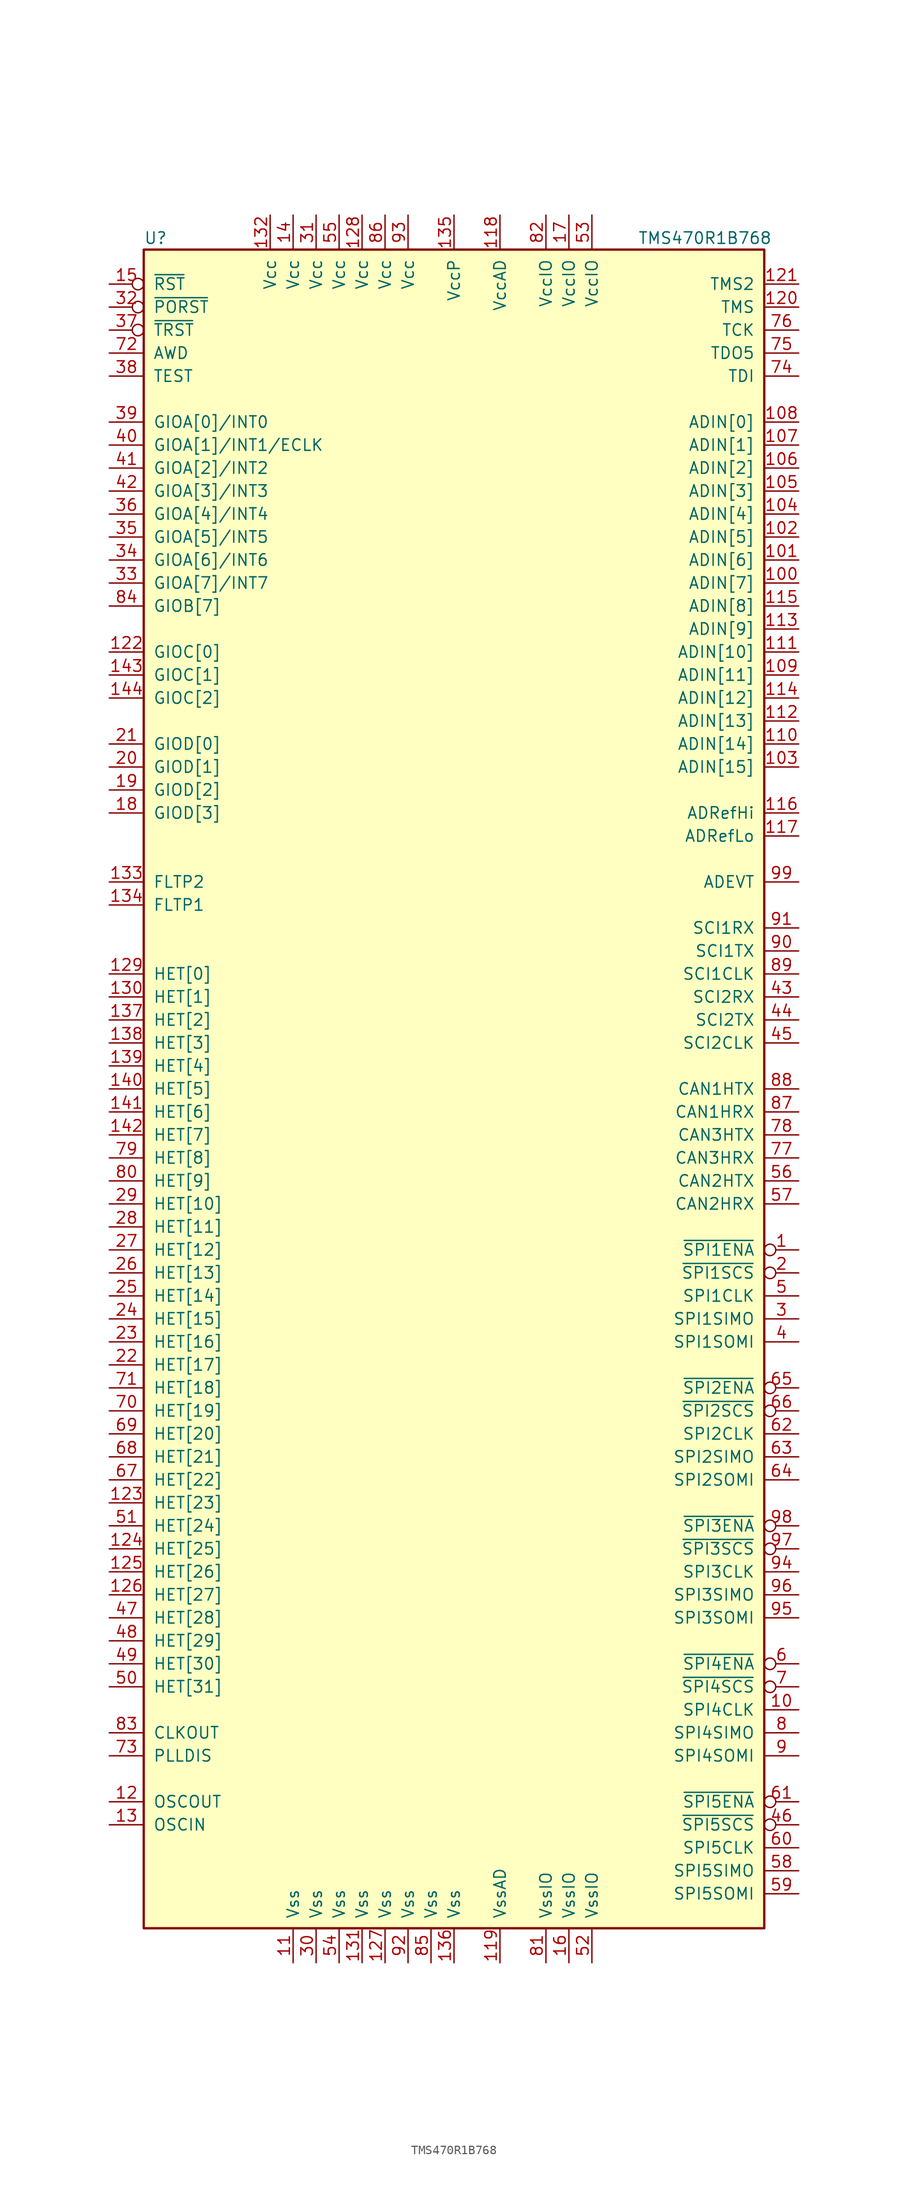
<source format=kicad_sym>
(kicad_symbol_lib
  (version 20201005)
  (generator kicad_symbol_editor)
  (symbol "TMS470R1B768"
    (pin_names
      (offset 1.016))
    (property "Reference" "U"
      (at -34.29 93.98 0)
      (effects (font (size 1.27 1.27)) (justify left)))
    (property "Value" "TMS470R1B768"
      (at 20.32 93.98 0)
      (effects (font (size 1.27 1.27)) (justify left)))
    (symbol "TMS470R1B768_0_1"
      (rectangle (start -34.29 92.71) (end 34.29 -92.71) (stroke (width 0.254)) (fill (type background))))
    (symbol "TMS470R1B768_1_1"
      (pin passive inverted (at 38.1 -17.78 180) (length 3.81) (name "~SPI1ENA~" (effects (font (size 1.27 1.27)))) (number "1" (effects (font (size 1.27 1.27)))))
      (pin passive line (at 38.1 -68.58 180) (length 3.81) (name "SPI4CLK" (effects (font (size 1.27 1.27)))) (number "10" (effects (font (size 1.27 1.27)))))
      (pin passive line (at 38.1 55.88 180) (length 3.81) (name "ADIN[7]" (effects (font (size 1.27 1.27)))) (number "100" (effects (font (size 1.27 1.27)))))
      (pin passive line (at 38.1 58.42 180) (length 3.81) (name "ADIN[6]" (effects (font (size 1.27 1.27)))) (number "101" (effects (font (size 1.27 1.27)))))
      (pin passive line (at 38.1 60.96 180) (length 3.81) (name "ADIN[5]" (effects (font (size 1.27 1.27)))) (number "102" (effects (font (size 1.27 1.27)))))
      (pin passive line (at 38.1 35.56 180) (length 3.81) (name "ADIN[15]" (effects (font (size 1.27 1.27)))) (number "103" (effects (font (size 1.27 1.27)))))
      (pin passive line (at 38.1 63.5 180) (length 3.81) (name "ADIN[4]" (effects (font (size 1.27 1.27)))) (number "104" (effects (font (size 1.27 1.27)))))
      (pin passive line (at 38.1 66.04 180) (length 3.81) (name "ADIN[3]" (effects (font (size 1.27 1.27)))) (number "105" (effects (font (size 1.27 1.27)))))
      (pin passive line (at 38.1 68.58 180) (length 3.81) (name "ADIN[2]" (effects (font (size 1.27 1.27)))) (number "106" (effects (font (size 1.27 1.27)))))
      (pin passive line (at 38.1 71.12 180) (length 3.81) (name "ADIN[1]" (effects (font (size 1.27 1.27)))) (number "107" (effects (font (size 1.27 1.27)))))
      (pin passive line (at 38.1 73.66 180) (length 3.81) (name "ADIN[0]" (effects (font (size 1.27 1.27)))) (number "108" (effects (font (size 1.27 1.27)))))
      (pin passive line (at 38.1 45.72 180) (length 3.81) (name "ADIN[11]" (effects (font (size 1.27 1.27)))) (number "109" (effects (font (size 1.27 1.27)))))
      (pin power_in line (at -17.78 -96.52 90) (length 3.81) (name "Vss" (effects (font (size 1.27 1.27)))) (number "11" (effects (font (size 1.27 1.27)))))
      (pin passive line (at 38.1 38.1 180) (length 3.81) (name "ADIN[14]" (effects (font (size 1.27 1.27)))) (number "110" (effects (font (size 1.27 1.27)))))
      (pin passive line (at 38.1 48.26 180) (length 3.81) (name "ADIN[10]" (effects (font (size 1.27 1.27)))) (number "111" (effects (font (size 1.27 1.27)))))
      (pin passive line (at 38.1 40.64 180) (length 3.81) (name "ADIN[13]" (effects (font (size 1.27 1.27)))) (number "112" (effects (font (size 1.27 1.27)))))
      (pin passive line (at 38.1 50.8 180) (length 3.81) (name "ADIN[9]" (effects (font (size 1.27 1.27)))) (number "113" (effects (font (size 1.27 1.27)))))
      (pin passive line (at 38.1 43.18 180) (length 3.81) (name "ADIN[12]" (effects (font (size 1.27 1.27)))) (number "114" (effects (font (size 1.27 1.27)))))
      (pin passive line (at 38.1 53.34 180) (length 3.81) (name "ADIN[8]" (effects (font (size 1.27 1.27)))) (number "115" (effects (font (size 1.27 1.27)))))
      (pin passive line (at 38.1 30.48 180) (length 3.81) (name "ADRefHi" (effects (font (size 1.27 1.27)))) (number "116" (effects (font (size 1.27 1.27)))))
      (pin passive line (at 38.1 27.94 180) (length 3.81) (name "ADRefLo" (effects (font (size 1.27 1.27)))) (number "117" (effects (font (size 1.27 1.27)))))
      (pin passive line (at 5.08 96.52 270) (length 3.81) (name "VccAD" (effects (font (size 1.27 1.27)))) (number "118" (effects (font (size 1.27 1.27)))))
      (pin passive line (at 5.08 -96.52 90) (length 3.81) (name "VssAD" (effects (font (size 1.27 1.27)))) (number "119" (effects (font (size 1.27 1.27)))))
      (pin passive line (at -38.1 -78.74 0) (length 3.81) (name "OSCOUT" (effects (font (size 1.27 1.27)))) (number "12" (effects (font (size 1.27 1.27)))))
      (pin passive line (at 38.1 86.36 180) (length 3.81) (name "TMS" (effects (font (size 1.27 1.27)))) (number "120" (effects (font (size 1.27 1.27)))))
      (pin passive line (at 38.1 88.9 180) (length 3.81) (name "TMS2" (effects (font (size 1.27 1.27)))) (number "121" (effects (font (size 1.27 1.27)))))
      (pin passive line (at -38.1 48.26 0) (length 3.81) (name "GIOC[0]" (effects (font (size 1.27 1.27)))) (number "122" (effects (font (size 1.27 1.27)))))
      (pin passive line (at -38.1 -45.72 0) (length 3.81) (name "HET[23]" (effects (font (size 1.27 1.27)))) (number "123" (effects (font (size 1.27 1.27)))))
      (pin passive line (at -38.1 -50.8 0) (length 3.81) (name "HET[25]" (effects (font (size 1.27 1.27)))) (number "124" (effects (font (size 1.27 1.27)))))
      (pin passive line (at -38.1 -53.34 0) (length 3.81) (name "HET[26]" (effects (font (size 1.27 1.27)))) (number "125" (effects (font (size 1.27 1.27)))))
      (pin passive line (at -38.1 -55.88 0) (length 3.81) (name "HET[27]" (effects (font (size 1.27 1.27)))) (number "126" (effects (font (size 1.27 1.27)))))
      (pin passive line (at -7.62 -96.52 90) (length 3.81) (name "Vss" (effects (font (size 1.27 1.27)))) (number "127" (effects (font (size 1.27 1.27)))))
      (pin passive line (at -10.16 96.52 270) (length 3.81) (name "Vcc" (effects (font (size 1.27 1.27)))) (number "128" (effects (font (size 1.27 1.27)))))
      (pin passive line (at -38.1 12.7 0) (length 3.81) (name "HET[0]" (effects (font (size 1.27 1.27)))) (number "129" (effects (font (size 1.27 1.27)))))
      (pin passive line (at -38.1 -81.28 0) (length 3.81) (name "OSCIN" (effects (font (size 1.27 1.27)))) (number "13" (effects (font (size 1.27 1.27)))))
      (pin passive line (at -38.1 10.16 0) (length 3.81) (name "HET[1]" (effects (font (size 1.27 1.27)))) (number "130" (effects (font (size 1.27 1.27)))))
      (pin passive line (at -10.16 -96.52 90) (length 3.81) (name "Vss" (effects (font (size 1.27 1.27)))) (number "131" (effects (font (size 1.27 1.27)))))
      (pin passive line (at -20.32 96.52 270) (length 3.81) (name "Vcc" (effects (font (size 1.27 1.27)))) (number "132" (effects (font (size 1.27 1.27)))))
      (pin passive line (at -38.1 22.86 0) (length 3.81) (name "FLTP2" (effects (font (size 1.27 1.27)))) (number "133" (effects (font (size 1.27 1.27)))))
      (pin passive line (at -38.1 20.32 0) (length 3.81) (name "FLTP1" (effects (font (size 1.27 1.27)))) (number "134" (effects (font (size 1.27 1.27)))))
      (pin passive line (at 0 96.52 270) (length 3.81) (name "VccP" (effects (font (size 1.27 1.27)))) (number "135" (effects (font (size 1.27 1.27)))))
      (pin passive line (at 0 -96.52 90) (length 3.81) (name "Vss" (effects (font (size 1.27 1.27)))) (number "136" (effects (font (size 1.27 1.27)))))
      (pin passive line (at -38.1 7.62 0) (length 3.81) (name "HET[2]" (effects (font (size 1.27 1.27)))) (number "137" (effects (font (size 1.27 1.27)))))
      (pin passive line (at -38.1 5.08 0) (length 3.81) (name "HET[3]" (effects (font (size 1.27 1.27)))) (number "138" (effects (font (size 1.27 1.27)))))
      (pin passive line (at -38.1 2.54 0) (length 3.81) (name "HET[4]" (effects (font (size 1.27 1.27)))) (number "139" (effects (font (size 1.27 1.27)))))
      (pin power_in line (at -17.78 96.52 270) (length 3.81) (name "Vcc" (effects (font (size 1.27 1.27)))) (number "14" (effects (font (size 1.27 1.27)))))
      (pin passive line (at -38.1 0 0) (length 3.81) (name "HET[5]" (effects (font (size 1.27 1.27)))) (number "140" (effects (font (size 1.27 1.27)))))
      (pin passive line (at -38.1 -2.54 0) (length 3.81) (name "HET[6]" (effects (font (size 1.27 1.27)))) (number "141" (effects (font (size 1.27 1.27)))))
      (pin passive line (at -38.1 -5.08 0) (length 3.81) (name "HET[7]" (effects (font (size 1.27 1.27)))) (number "142" (effects (font (size 1.27 1.27)))))
      (pin passive line (at -38.1 45.72 0) (length 3.81) (name "GIOC[1]" (effects (font (size 1.27 1.27)))) (number "143" (effects (font (size 1.27 1.27)))))
      (pin passive line (at -38.1 43.18 0) (length 3.81) (name "GIOC[2]" (effects (font (size 1.27 1.27)))) (number "144" (effects (font (size 1.27 1.27)))))
      (pin input inverted (at -38.1 88.9 0) (length 3.81) (name "~RST~" (effects (font (size 1.27 1.27)))) (number "15" (effects (font (size 1.27 1.27)))))
      (pin power_in line (at 12.7 -96.52 90) (length 3.81) (name "VssIO" (effects (font (size 1.27 1.27)))) (number "16" (effects (font (size 1.27 1.27)))))
      (pin power_in line (at 12.7 96.52 270) (length 3.81) (name "VccIO" (effects (font (size 1.27 1.27)))) (number "17" (effects (font (size 1.27 1.27)))))
      (pin passive line (at -38.1 30.48 0) (length 3.81) (name "GIOD[3]" (effects (font (size 1.27 1.27)))) (number "18" (effects (font (size 1.27 1.27)))))
      (pin passive line (at -38.1 33.02 0) (length 3.81) (name "GIOD[2]" (effects (font (size 1.27 1.27)))) (number "19" (effects (font (size 1.27 1.27)))))
      (pin passive inverted (at 38.1 -20.32 180) (length 3.81) (name "~SPI1SCS~" (effects (font (size 1.27 1.27)))) (number "2" (effects (font (size 1.27 1.27)))))
      (pin passive line (at -38.1 35.56 0) (length 3.81) (name "GIOD[1]" (effects (font (size 1.27 1.27)))) (number "20" (effects (font (size 1.27 1.27)))))
      (pin passive line (at -38.1 38.1 0) (length 3.81) (name "GIOD[0]" (effects (font (size 1.27 1.27)))) (number "21" (effects (font (size 1.27 1.27)))))
      (pin passive line (at -38.1 -30.48 0) (length 3.81) (name "HET[17]" (effects (font (size 1.27 1.27)))) (number "22" (effects (font (size 1.27 1.27)))))
      (pin passive line (at -38.1 -27.94 0) (length 3.81) (name "HET[16]" (effects (font (size 1.27 1.27)))) (number "23" (effects (font (size 1.27 1.27)))))
      (pin passive line (at -38.1 -25.4 0) (length 3.81) (name "HET[15]" (effects (font (size 1.27 1.27)))) (number "24" (effects (font (size 1.27 1.27)))))
      (pin passive line (at -38.1 -22.86 0) (length 3.81) (name "HET[14]" (effects (font (size 1.27 1.27)))) (number "25" (effects (font (size 1.27 1.27)))))
      (pin passive line (at -38.1 -20.32 0) (length 3.81) (name "HET[13]" (effects (font (size 1.27 1.27)))) (number "26" (effects (font (size 1.27 1.27)))))
      (pin passive line (at -38.1 -17.78 0) (length 3.81) (name "HET[12]" (effects (font (size 1.27 1.27)))) (number "27" (effects (font (size 1.27 1.27)))))
      (pin passive line (at -38.1 -15.24 0) (length 3.81) (name "HET[11]" (effects (font (size 1.27 1.27)))) (number "28" (effects (font (size 1.27 1.27)))))
      (pin passive line (at -38.1 -12.7 0) (length 3.81) (name "HET[10]" (effects (font (size 1.27 1.27)))) (number "29" (effects (font (size 1.27 1.27)))))
      (pin passive line (at 38.1 -25.4 180) (length 3.81) (name "SPI1SIMO" (effects (font (size 1.27 1.27)))) (number "3" (effects (font (size 1.27 1.27)))))
      (pin passive line (at -15.24 -96.52 90) (length 3.81) (name "Vss" (effects (font (size 1.27 1.27)))) (number "30" (effects (font (size 1.27 1.27)))))
      (pin passive line (at -15.24 96.52 270) (length 3.81) (name "Vcc" (effects (font (size 1.27 1.27)))) (number "31" (effects (font (size 1.27 1.27)))))
      (pin input inverted (at -38.1 86.36 0) (length 3.81) (name "~PORST~" (effects (font (size 1.27 1.27)))) (number "32" (effects (font (size 1.27 1.27)))))
      (pin passive line (at -38.1 55.88 0) (length 3.81) (name "GIOA[7]/INT7" (effects (font (size 1.27 1.27)))) (number "33" (effects (font (size 1.27 1.27)))))
      (pin passive line (at -38.1 58.42 0) (length 3.81) (name "GIOA[6]/INT6" (effects (font (size 1.27 1.27)))) (number "34" (effects (font (size 1.27 1.27)))))
      (pin passive line (at -38.1 60.96 0) (length 3.81) (name "GIOA[5]/INT5" (effects (font (size 1.27 1.27)))) (number "35" (effects (font (size 1.27 1.27)))))
      (pin passive line (at -38.1 63.5 0) (length 3.81) (name "GIOA[4]/INT4" (effects (font (size 1.27 1.27)))) (number "36" (effects (font (size 1.27 1.27)))))
      (pin input inverted (at -38.1 83.82 0) (length 3.81) (name "~TRST~" (effects (font (size 1.27 1.27)))) (number "37" (effects (font (size 1.27 1.27)))))
      (pin passive line (at -38.1 78.74 0) (length 3.81) (name "TEST" (effects (font (size 1.27 1.27)))) (number "38" (effects (font (size 1.27 1.27)))))
      (pin input line (at -38.1 73.66 0) (length 3.81) (name "GIOA[0]/INT0" (effects (font (size 1.27 1.27)))) (number "39" (effects (font (size 1.27 1.27)))))
      (pin passive line (at 38.1 -27.94 180) (length 3.81) (name "SPI1SOMI" (effects (font (size 1.27 1.27)))) (number "4" (effects (font (size 1.27 1.27)))))
      (pin passive line (at -38.1 71.12 0) (length 3.81) (name "GIOA[1]/INT1/ECLK" (effects (font (size 1.27 1.27)))) (number "40" (effects (font (size 1.27 1.27)))))
      (pin passive line (at -38.1 68.58 0) (length 3.81) (name "GIOA[2]/INT2" (effects (font (size 1.27 1.27)))) (number "41" (effects (font (size 1.27 1.27)))))
      (pin passive line (at -38.1 66.04 0) (length 3.81) (name "GIOA[3]/INT3" (effects (font (size 1.27 1.27)))) (number "42" (effects (font (size 1.27 1.27)))))
      (pin passive line (at 38.1 10.16 180) (length 3.81) (name "SCI2RX" (effects (font (size 1.27 1.27)))) (number "43" (effects (font (size 1.27 1.27)))))
      (pin passive line (at 38.1 7.62 180) (length 3.81) (name "SCI2TX" (effects (font (size 1.27 1.27)))) (number "44" (effects (font (size 1.27 1.27)))))
      (pin passive line (at 38.1 5.08 180) (length 3.81) (name "SCI2CLK" (effects (font (size 1.27 1.27)))) (number "45" (effects (font (size 1.27 1.27)))))
      (pin passive inverted (at 38.1 -81.28 180) (length 3.81) (name "~SPI5SCS~" (effects (font (size 1.27 1.27)))) (number "46" (effects (font (size 1.27 1.27)))))
      (pin passive line (at -38.1 -58.42 0) (length 3.81) (name "HET[28]" (effects (font (size 1.27 1.27)))) (number "47" (effects (font (size 1.27 1.27)))))
      (pin passive line (at -38.1 -60.96 0) (length 3.81) (name "HET[29]" (effects (font (size 1.27 1.27)))) (number "48" (effects (font (size 1.27 1.27)))))
      (pin passive line (at -38.1 -63.5 0) (length 3.81) (name "HET[30]" (effects (font (size 1.27 1.27)))) (number "49" (effects (font (size 1.27 1.27)))))
      (pin passive line (at 38.1 -22.86 180) (length 3.81) (name "SPI1CLK" (effects (font (size 1.27 1.27)))) (number "5" (effects (font (size 1.27 1.27)))))
      (pin passive line (at -38.1 -66.04 0) (length 3.81) (name "HET[31]" (effects (font (size 1.27 1.27)))) (number "50" (effects (font (size 1.27 1.27)))))
      (pin passive line (at -38.1 -48.26 0) (length 3.81) (name "HET[24]" (effects (font (size 1.27 1.27)))) (number "51" (effects (font (size 1.27 1.27)))))
      (pin power_in line (at 15.24 -96.52 90) (length 3.81) (name "VssIO" (effects (font (size 1.27 1.27)))) (number "52" (effects (font (size 1.27 1.27)))))
      (pin power_in line (at 15.24 96.52 270) (length 3.81) (name "VccIO" (effects (font (size 1.27 1.27)))) (number "53" (effects (font (size 1.27 1.27)))))
      (pin power_in line (at -12.7 -96.52 90) (length 3.81) (name "Vss" (effects (font (size 1.27 1.27)))) (number "54" (effects (font (size 1.27 1.27)))))
      (pin unspecified line (at -12.7 96.52 270) (length 3.81) (name "Vcc" (effects (font (size 1.27 1.27)))) (number "55" (effects (font (size 1.27 1.27)))))
      (pin passive line (at 38.1 -10.16 180) (length 3.81) (name "CAN2HTX" (effects (font (size 1.27 1.27)))) (number "56" (effects (font (size 1.27 1.27)))))
      (pin passive line (at 38.1 -12.7 180) (length 3.81) (name "CAN2HRX" (effects (font (size 1.27 1.27)))) (number "57" (effects (font (size 1.27 1.27)))))
      (pin passive line (at 38.1 -86.36 180) (length 3.81) (name "SPI5SIMO" (effects (font (size 1.27 1.27)))) (number "58" (effects (font (size 1.27 1.27)))))
      (pin passive line (at 38.1 -88.9 180) (length 3.81) (name "SPI5SOMI" (effects (font (size 1.27 1.27)))) (number "59" (effects (font (size 1.27 1.27)))))
      (pin passive inverted (at 38.1 -63.5 180) (length 3.81) (name "~SPI4ENA~" (effects (font (size 1.27 1.27)))) (number "6" (effects (font (size 1.27 1.27)))))
      (pin passive line (at 38.1 -83.82 180) (length 3.81) (name "SPI5CLK" (effects (font (size 1.27 1.27)))) (number "60" (effects (font (size 1.27 1.27)))))
      (pin passive inverted (at 38.1 -78.74 180) (length 3.81) (name "~SPI5ENA~" (effects (font (size 1.27 1.27)))) (number "61" (effects (font (size 1.27 1.27)))))
      (pin passive line (at 38.1 -38.1 180) (length 3.81) (name "SPI2CLK" (effects (font (size 1.27 1.27)))) (number "62" (effects (font (size 1.27 1.27)))))
      (pin passive line (at 38.1 -40.64 180) (length 3.81) (name "SPI2SIMO" (effects (font (size 1.27 1.27)))) (number "63" (effects (font (size 1.27 1.27)))))
      (pin passive line (at 38.1 -43.18 180) (length 3.81) (name "SPI2SOMI" (effects (font (size 1.27 1.27)))) (number "64" (effects (font (size 1.27 1.27)))))
      (pin passive inverted (at 38.1 -33.02 180) (length 3.81) (name "~SPI2ENA~" (effects (font (size 1.27 1.27)))) (number "65" (effects (font (size 1.27 1.27)))))
      (pin passive inverted (at 38.1 -35.56 180) (length 3.81) (name "~SPI2SCS~" (effects (font (size 1.27 1.27)))) (number "66" (effects (font (size 1.27 1.27)))))
      (pin passive line (at -38.1 -43.18 0) (length 3.81) (name "HET[22]" (effects (font (size 1.27 1.27)))) (number "67" (effects (font (size 1.27 1.27)))))
      (pin passive line (at -38.1 -40.64 0) (length 3.81) (name "HET[21]" (effects (font (size 1.27 1.27)))) (number "68" (effects (font (size 1.27 1.27)))))
      (pin passive line (at -38.1 -38.1 0) (length 3.81) (name "HET[20]" (effects (font (size 1.27 1.27)))) (number "69" (effects (font (size 1.27 1.27)))))
      (pin passive inverted (at 38.1 -66.04 180) (length 3.81) (name "~SPI4SCS~" (effects (font (size 1.27 1.27)))) (number "7" (effects (font (size 1.27 1.27)))))
      (pin passive line (at -38.1 -35.56 0) (length 3.81) (name "HET[19]" (effects (font (size 1.27 1.27)))) (number "70" (effects (font (size 1.27 1.27)))))
      (pin passive line (at -38.1 -33.02 0) (length 3.81) (name "HET[18]" (effects (font (size 1.27 1.27)))) (number "71" (effects (font (size 1.27 1.27)))))
      (pin passive line (at -38.1 81.28 0) (length 3.81) (name "AWD" (effects (font (size 1.27 1.27)))) (number "72" (effects (font (size 1.27 1.27)))))
      (pin passive line (at -38.1 -73.66 0) (length 3.81) (name "PLLDIS" (effects (font (size 1.27 1.27)))) (number "73" (effects (font (size 1.27 1.27)))))
      (pin passive line (at 38.1 78.74 180) (length 3.81) (name "TDI" (effects (font (size 1.27 1.27)))) (number "74" (effects (font (size 1.27 1.27)))))
      (pin passive line (at 38.1 81.28 180) (length 3.81) (name "TDO5" (effects (font (size 1.27 1.27)))) (number "75" (effects (font (size 1.27 1.27)))))
      (pin passive line (at 38.1 83.82 180) (length 3.81) (name "TCK" (effects (font (size 1.27 1.27)))) (number "76" (effects (font (size 1.27 1.27)))))
      (pin passive line (at 38.1 -7.62 180) (length 3.81) (name "CAN3HRX" (effects (font (size 1.27 1.27)))) (number "77" (effects (font (size 1.27 1.27)))))
      (pin passive line (at 38.1 -5.08 180) (length 3.81) (name "CAN3HTX" (effects (font (size 1.27 1.27)))) (number "78" (effects (font (size 1.27 1.27)))))
      (pin passive line (at -38.1 -7.62 0) (length 3.81) (name "HET[8]" (effects (font (size 1.27 1.27)))) (number "79" (effects (font (size 1.27 1.27)))))
      (pin passive line (at 38.1 -71.12 180) (length 3.81) (name "SPI4SIMO" (effects (font (size 1.27 1.27)))) (number "8" (effects (font (size 1.27 1.27)))))
      (pin passive line (at -38.1 -10.16 0) (length 3.81) (name "HET[9]" (effects (font (size 1.27 1.27)))) (number "80" (effects (font (size 1.27 1.27)))))
      (pin passive line (at 10.16 -96.52 90) (length 3.81) (name "VssIO" (effects (font (size 1.27 1.27)))) (number "81" (effects (font (size 1.27 1.27)))))
      (pin passive line (at 10.16 96.52 270) (length 3.81) (name "VccIO" (effects (font (size 1.27 1.27)))) (number "82" (effects (font (size 1.27 1.27)))))
      (pin passive line (at -38.1 -71.12 0) (length 3.81) (name "CLKOUT" (effects (font (size 1.27 1.27)))) (number "83" (effects (font (size 1.27 1.27)))))
      (pin passive line (at -38.1 53.34 0) (length 3.81) (name "GIOB[7]" (effects (font (size 1.27 1.27)))) (number "84" (effects (font (size 1.27 1.27)))))
      (pin passive line (at -2.54 -96.52 90) (length 3.81) (name "Vss" (effects (font (size 1.27 1.27)))) (number "85" (effects (font (size 1.27 1.27)))))
      (pin passive line (at -7.62 96.52 270) (length 3.81) (name "Vcc" (effects (font (size 1.27 1.27)))) (number "86" (effects (font (size 1.27 1.27)))))
      (pin passive line (at 38.1 -2.54 180) (length 3.81) (name "CAN1HRX" (effects (font (size 1.27 1.27)))) (number "87" (effects (font (size 1.27 1.27)))))
      (pin passive line (at 38.1 0 180) (length 3.81) (name "CAN1HTX" (effects (font (size 1.27 1.27)))) (number "88" (effects (font (size 1.27 1.27)))))
      (pin passive line (at 38.1 12.7 180) (length 3.81) (name "SCI1CLK" (effects (font (size 1.27 1.27)))) (number "89" (effects (font (size 1.27 1.27)))))
      (pin passive line (at 38.1 -73.66 180) (length 3.81) (name "SPI4SOMI" (effects (font (size 1.27 1.27)))) (number "9" (effects (font (size 1.27 1.27)))))
      (pin passive line (at 38.1 15.24 180) (length 3.81) (name "SCI1TX" (effects (font (size 1.27 1.27)))) (number "90" (effects (font (size 1.27 1.27)))))
      (pin passive line (at 38.1 17.78 180) (length 3.81) (name "SCI1RX" (effects (font (size 1.27 1.27)))) (number "91" (effects (font (size 1.27 1.27)))))
      (pin passive line (at -5.08 -96.52 90) (length 3.81) (name "Vss" (effects (font (size 1.27 1.27)))) (number "92" (effects (font (size 1.27 1.27)))))
      (pin passive line (at -5.08 96.52 270) (length 3.81) (name "Vcc" (effects (font (size 1.27 1.27)))) (number "93" (effects (font (size 1.27 1.27)))))
      (pin passive line (at 38.1 -53.34 180) (length 3.81) (name "SPI3CLK" (effects (font (size 1.27 1.27)))) (number "94" (effects (font (size 1.27 1.27)))))
      (pin passive line (at 38.1 -58.42 180) (length 3.81) (name "SPI3SOMI" (effects (font (size 1.27 1.27)))) (number "95" (effects (font (size 1.27 1.27)))))
      (pin passive line (at 38.1 -55.88 180) (length 3.81) (name "SPI3SIMO" (effects (font (size 1.27 1.27)))) (number "96" (effects (font (size 1.27 1.27)))))
      (pin passive inverted (at 38.1 -50.8 180) (length 3.81) (name "~SPI3SCS~" (effects (font (size 1.27 1.27)))) (number "97" (effects (font (size 1.27 1.27)))))
      (pin passive inverted (at 38.1 -48.26 180) (length 3.81) (name "~SPI3ENA~" (effects (font (size 1.27 1.27)))) (number "98" (effects (font (size 1.27 1.27)))))
      (pin passive line (at 38.1 22.86 180) (length 3.81) (name "ADEVT" (effects (font (size 1.27 1.27)))) (number "99" (effects (font (size 1.27 1.27))))))))
</source>
